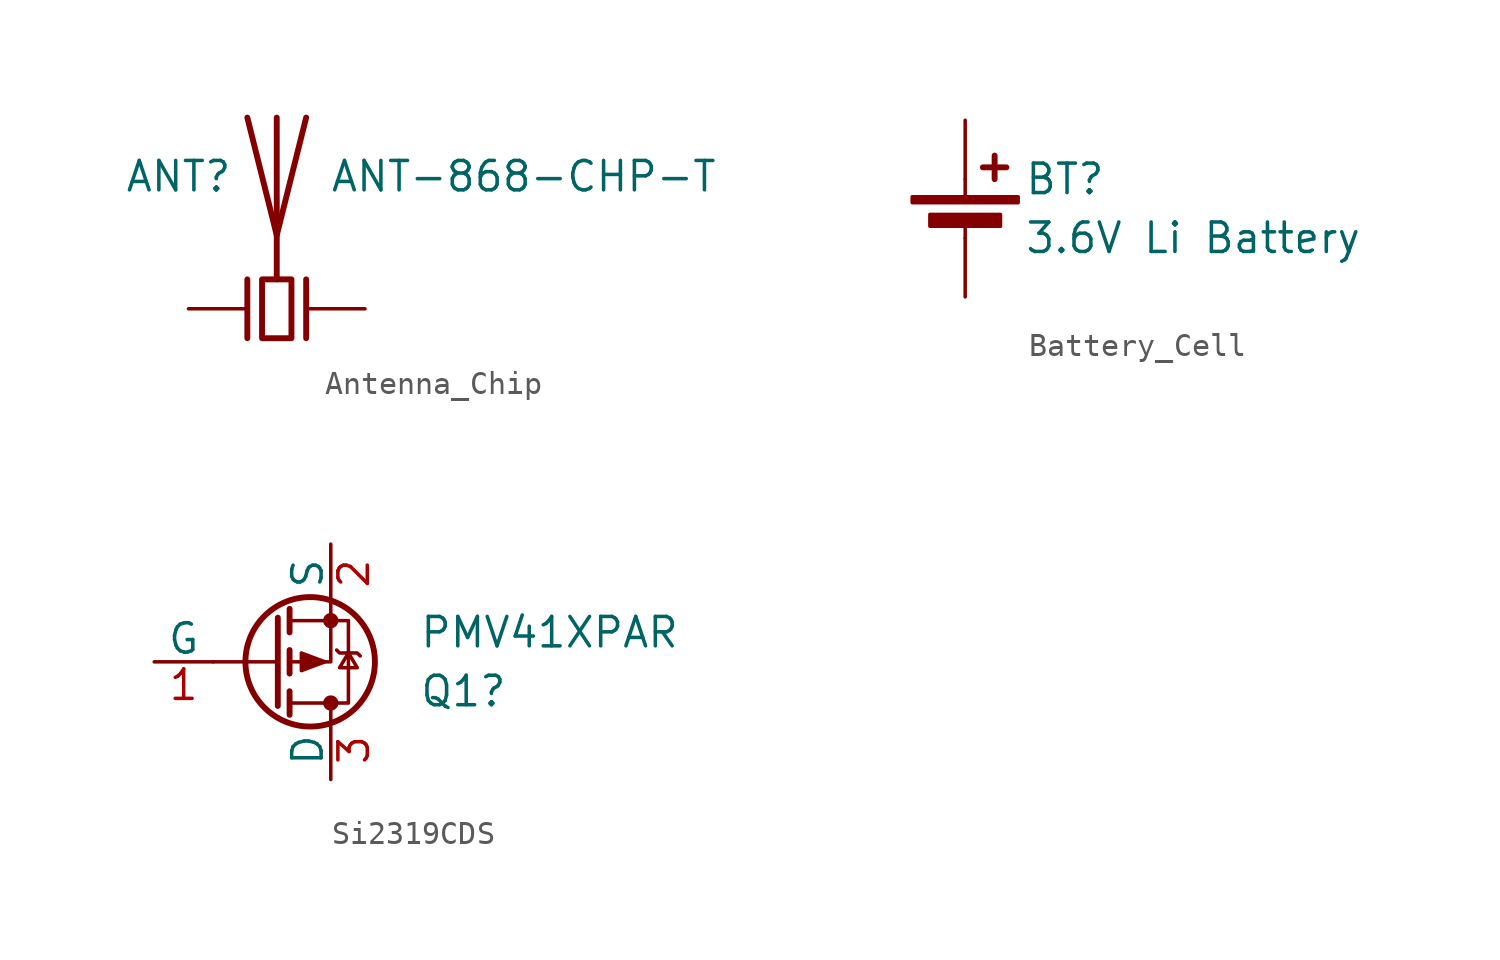
<source format=kicad_sym>
(kicad_symbol_lib
  (version 20231120)
  (generator "kicad_symbol_editor")
  (generator_version "8.0")
  (symbol "Antenna_Chip"
    (pin_numbers hide)
    (pin_names
      (offset 1.016) hide)
    (property "Reference" "ANT"
      (at -1.905 5.715 0)
      (effects (font (size 1.27 1.27)) (justify right)))
    (property "Value" "ANT-868-CHP-T"
      (at 19.05 5.715 0)
      (effects (font (size 1.27 1.27)) (justify right)))
    (symbol "Antenna_Chip_0_1"
      (polyline (pts (xy 0 8.255) (xy 0 1.27)) (stroke (width 0.254) (type default)) (fill (type none)))
      (polyline (pts (xy 1.27 1.27) (xy 1.27 -1.27)) (stroke (width 0.254) (type default)) (fill (type none)))
      (polyline (pts (xy -1.27 1.27) (xy -1.27 -1.27) (xy -1.27 0)) (stroke (width 0.254) (type default)) (fill (type none)))
      (polyline (pts (xy 1.27 8.255) (xy 0 3.175) (xy -1.27 8.255)) (stroke (width 0.254) (type default)) (fill (type none)))
      (polyline (pts (xy -0.635 1.27) (xy 0.635 1.27) (xy 0.635 -1.27) (xy -0.635 -1.27) (xy -0.635 1.27)) (stroke (width 0.254) (type default)) (fill (type none))))
    (symbol "Antenna_Chip_1_1"
      (pin input line (at 3.81 0 180) (length 2.54) (name "FEED" (effects (font (size 1.27 1.27)))) (number "1" (effects (font (size 1.27 1.27)))))
      (pin passive line (at -3.81 0 0) (length 2.54) (name "PCB_Trace" (effects (font (size 1.27 1.27)))) (number "2" (effects (font (size 1.27 1.27)))))))
  (symbol "Battery_Cell"
    (pin_numbers hide)
    (pin_names
      (offset 0) hide)
    (property "Reference" "BT"
      (at 2.54 2.54 0)
      (effects (font (size 1.27 1.27)) (justify left)))
    (property "Value" "3.6V Li Battery"
      (at 2.54 0 0)
      (effects (font (size 1.27 1.27)) (justify left)))
    (symbol "Battery_Cell_0_1"
      (rectangle (start -2.286 1.778) (end 2.286 1.524) (stroke (width 0) (type default)) (fill (type outline)))
      (rectangle (start -1.524 1.016) (end 1.524 0.508) (stroke (width 0) (type default)) (fill (type outline)))
      (polyline (pts (xy 0 0.762) (xy 0 0)) (stroke (width 0) (type default)) (fill (type none)))
      (polyline (pts (xy 0 1.778) (xy 0 2.54)) (stroke (width 0) (type default)) (fill (type none)))
      (polyline (pts (xy 0.762 3.048) (xy 1.778 3.048)) (stroke (width 0.254) (type default)) (fill (type none)))
      (polyline (pts (xy 1.27 3.556) (xy 1.27 2.54)) (stroke (width 0.254) (type default)) (fill (type none))))
    (symbol "Battery_Cell_1_1"
      (pin power_out line (at 0 5.08 270) (length 2.54) (name "+" (effects (font (size 1.27 1.27)))) (number "1" (effects (font (size 1.27 1.27)))))
      (pin power_out line (at 0 -2.54 90) (length 2.54) (name "-" (effects (font (size 1.27 1.27)))) (number "2" (effects (font (size 1.27 1.27)))))))
  (symbol "Si2319CDS"
    (pin_names
      (offset 0))
    (property "Reference" "Q1"
      (at 6.35 -1.27 0)
      (effects (font (size 1.27 1.27)) (justify left)))
    (property "Value" "PMV41XPAR"
      (at 6.35 1.27 0)
      (effects (font (size 1.27 1.27)) (justify left)))
    (symbol "Si2319CDS_0_1"
      (polyline (pts (xy 0.254 -1.905) (xy 0.254 1.905)) (stroke (width 0.254) (type default)) (fill (type none)))
      (polyline (pts (xy 0.254 0) (xy -2.54 0)) (stroke (width 0) (type default)) (fill (type none)))
      (polyline (pts (xy 0.762 -2.286) (xy 0.762 -1.27)) (stroke (width 0.254) (type default)) (fill (type none)))
      (polyline (pts (xy 0.762 -0.508) (xy 0.762 0.508)) (stroke (width 0.254) (type default)) (fill (type none)))
      (polyline (pts (xy 0.762 1.27) (xy 0.762 2.286)) (stroke (width 0.254) (type default)) (fill (type none)))
      (polyline (pts (xy 2.54 -2.54) (xy 2.54 -1.778)) (stroke (width 0) (type default)) (fill (type none)))
      (polyline (pts (xy 2.54 2.54) (xy 2.54 0) (xy 0.762 0)) (stroke (width 0) (type default)) (fill (type none)))
      (polyline (pts (xy 0.762 -1.778) (xy 3.302 -1.778) (xy 3.302 1.778) (xy 0.762 1.778)) (stroke (width 0) (type default)) (fill (type none)))
      (polyline (pts (xy 2.286 0) (xy 1.27 -0.381) (xy 1.27 0.381) (xy 2.286 0)) (stroke (width 0) (type default)) (fill (type outline)))
      (polyline (pts (xy 2.794 0.508) (xy 2.921 0.381) (xy 3.683 0.381) (xy 3.81 0.254)) (stroke (width 0) (type default)) (fill (type none)))
      (polyline (pts (xy 3.302 0.381) (xy 2.921 -0.254) (xy 3.683 -0.254) (xy 3.302 0.381)) (stroke (width 0) (type default)) (fill (type none)))
      (circle (center 1.651 0) (radius 2.794) (stroke (width 0.254) (type default)) (fill (type none)))
      (circle (center 2.54 -1.778) (radius 0.254) (stroke (width 0) (type default)) (fill (type outline)))
      (circle (center 2.54 1.778) (radius 0.254) (stroke (width 0) (type default)) (fill (type outline))))
    (symbol "Si2319CDS_1_1"
      (pin input line (at -5.08 0 0) (length 2.54) (name "G" (effects (font (size 1.27 1.27)))) (number "1" (effects (font (size 1.27 1.27)))))
      (pin power_in line (at 2.54 5.08 270) (length 2.54) (name "S" (effects (font (size 1.27 1.27)))) (number "2" (effects (font (size 1.27 1.27)))))
      (pin power_out line (at 2.54 -5.08 90) (length 2.54) (name "D" (effects (font (size 1.27 1.27)))) (number "3" (effects (font (size 1.27 1.27))))))))
</source>
